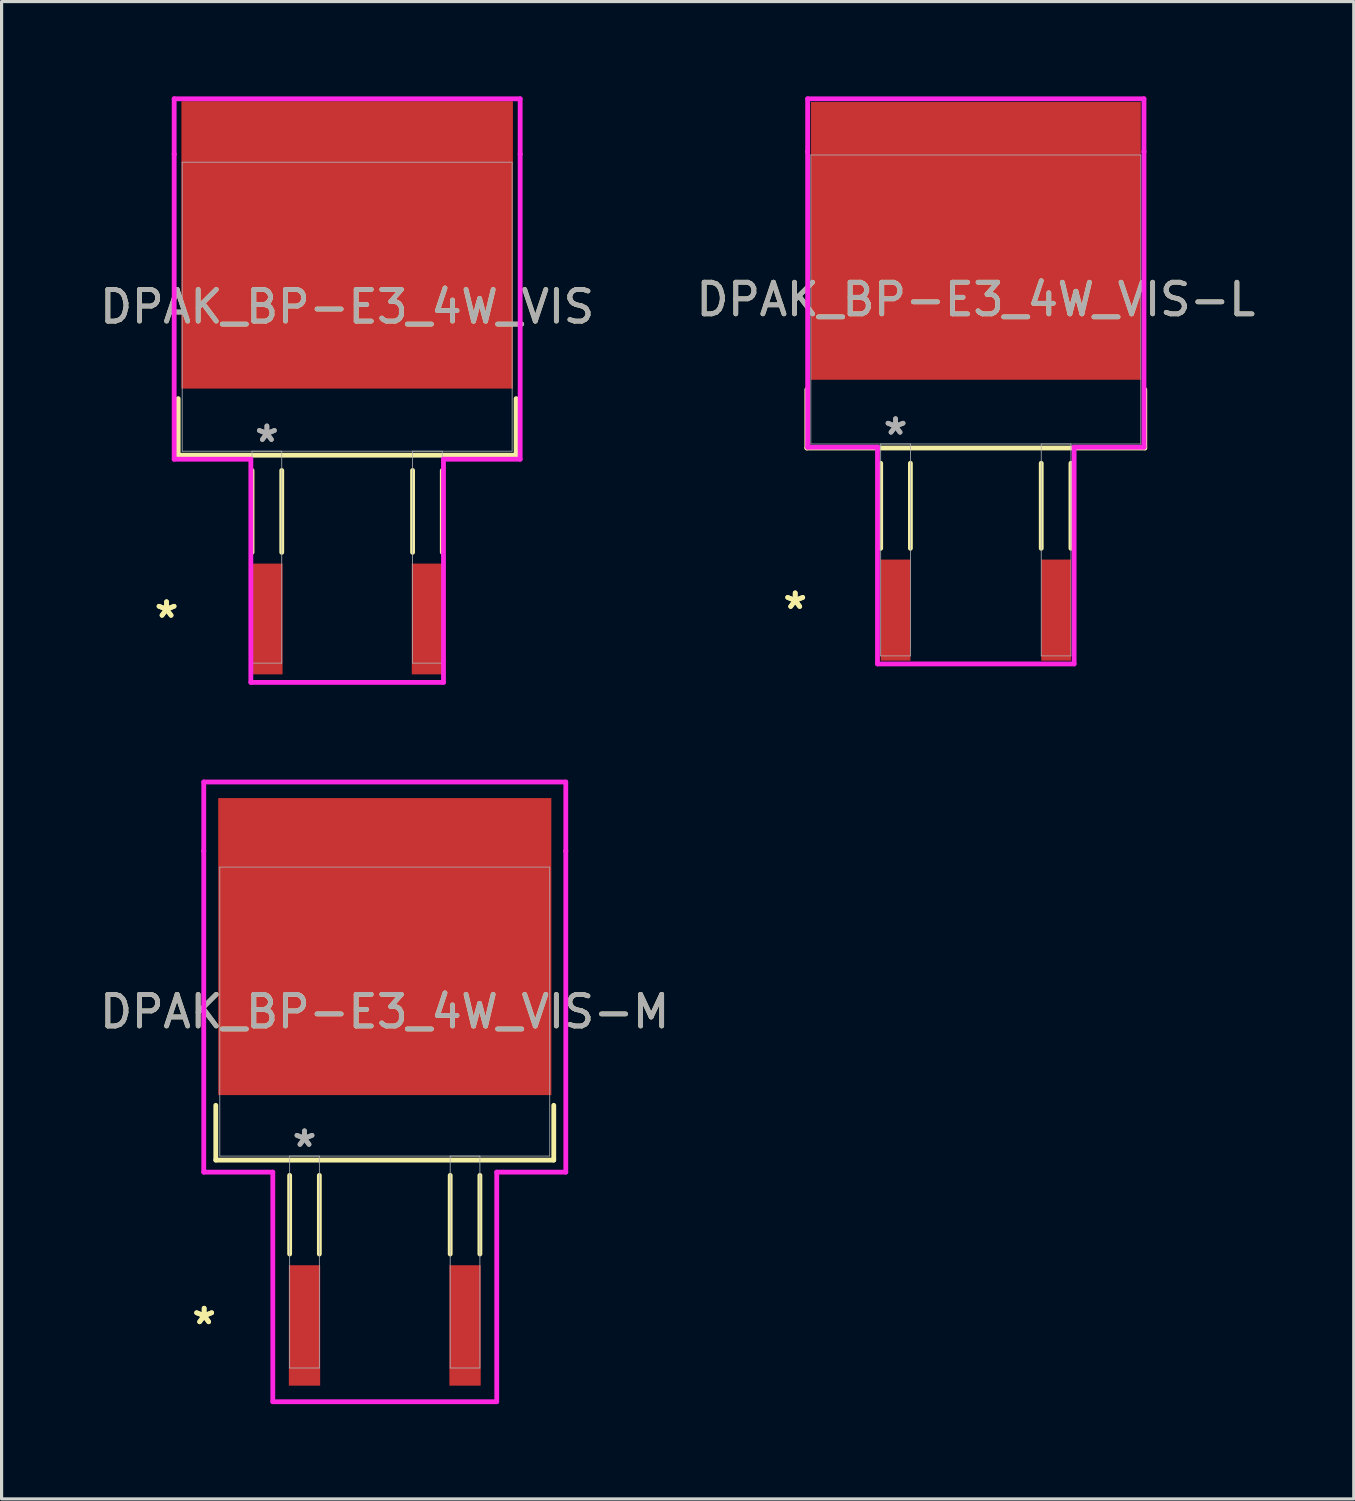
<source format=kicad_pcb>
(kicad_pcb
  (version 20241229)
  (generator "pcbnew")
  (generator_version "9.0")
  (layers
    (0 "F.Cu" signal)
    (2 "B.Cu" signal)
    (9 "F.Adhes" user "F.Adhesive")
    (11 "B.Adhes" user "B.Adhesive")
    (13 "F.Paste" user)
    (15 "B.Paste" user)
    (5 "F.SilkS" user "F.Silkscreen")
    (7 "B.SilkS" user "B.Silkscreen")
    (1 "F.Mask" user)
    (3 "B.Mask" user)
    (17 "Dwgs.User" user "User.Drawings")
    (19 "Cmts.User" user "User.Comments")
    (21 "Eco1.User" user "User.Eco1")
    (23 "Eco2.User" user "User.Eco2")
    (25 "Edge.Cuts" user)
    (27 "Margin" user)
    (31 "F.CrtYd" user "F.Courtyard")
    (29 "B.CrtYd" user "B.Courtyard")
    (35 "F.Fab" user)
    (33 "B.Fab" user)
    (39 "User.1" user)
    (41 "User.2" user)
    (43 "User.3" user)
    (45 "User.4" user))
  (footprint "DPAK_BP-E3_4W_VIS-M"
    (layer "F.Cu")
    (at 9.125 28.959)
    (property "Reference" "DPAK_BP-E3_4W_VIS-M" (at 0 0 0) (unlocked yes) (layer "F.SilkS") (effects (font (size 1 1) (thickness 0.15))))
    (attr smd)
    (fp_line (start -5.347 2.965) (end -5.347 4.699) (stroke (width 0.152) (type solid)) (layer "F.SilkS"))
    (fp_line (start -5.347 4.699) (end 5.347 4.699) (stroke (width 0.152) (type solid)) (layer "F.SilkS"))
    (fp_line (start -3.01 5.182) (end -3.01 7.671) (stroke (width 0.152) (type solid)) (layer "F.SilkS"))
    (fp_line (start -2.07 5.182) (end -2.07 7.671) (stroke (width 0.152) (type solid)) (layer "F.SilkS"))
    (fp_line (start 2.07 5.182) (end 2.07 7.671) (stroke (width 0.152) (type solid)) (layer "F.SilkS"))
    (fp_line (start 3.01 5.182) (end 3.01 7.671) (stroke (width 0.152) (type solid)) (layer "F.SilkS"))
    (fp_line (start 5.347 4.699) (end 5.347 2.965) (stroke (width 0.152) (type solid)) (layer "F.SilkS"))
    (fp_line (start -5.728 -7.264) (end 5.728 -7.264) (stroke (width 0.152) (type solid)) (layer "F.CrtYd"))
    (fp_line (start -5.728 -5.08) (end -5.728 -7.264) (stroke (width 0.152) (type solid)) (layer "F.CrtYd"))
    (fp_line (start -5.728 -5.08) (end -5.728 -5.08) (stroke (width 0.152) (type solid)) (layer "F.CrtYd"))
    (fp_line (start -5.728 5.08) (end -5.728 -5.08) (stroke (width 0.152) (type solid)) (layer "F.CrtYd"))
    (fp_line (start -3.543 5.08) (end -5.728 5.08) (stroke (width 0.152) (type solid)) (layer "F.CrtYd"))
    (fp_line (start -3.543 12.344) (end -3.543 5.08) (stroke (width 0.152) (type solid)) (layer "F.CrtYd"))
    (fp_line (start 3.543 5.08) (end 3.543 12.344) (stroke (width 0.152) (type solid)) (layer "F.CrtYd"))
    (fp_line (start 3.543 12.344) (end -3.543 12.344) (stroke (width 0.152) (type solid)) (layer "F.CrtYd"))
    (fp_line (start 5.728 -7.264) (end 5.728 -5.08) (stroke (width 0.152) (type solid)) (layer "F.CrtYd"))
    (fp_line (start 5.728 -5.08) (end 5.728 -5.08) (stroke (width 0.152) (type solid)) (layer "F.CrtYd"))
    (fp_line (start 5.728 -5.08) (end 5.728 5.08) (stroke (width 0.152) (type solid)) (layer "F.CrtYd"))
    (fp_line (start 5.728 5.08) (end 3.543 5.08) (stroke (width 0.152) (type solid)) (layer "F.CrtYd"))
    (fp_line (start -5.22 -4.572) (end -5.22 4.572) (stroke (width 0.025) (type solid)) (layer "F.Fab"))
    (fp_line (start -5.22 4.572) (end 5.22 4.572) (stroke (width 0.025) (type solid)) (layer "F.Fab"))
    (fp_line (start -3.01 4.572) (end -3.01 11.278) (stroke (width 0.025) (type solid)) (layer "F.Fab"))
    (fp_line (start -3.01 11.278) (end -2.07 11.278) (stroke (width 0.025) (type solid)) (layer "F.Fab"))
    (fp_line (start -2.07 4.572) (end -3.01 4.572) (stroke (width 0.025) (type solid)) (layer "F.Fab"))
    (fp_line (start -2.07 11.278) (end -2.07 4.572) (stroke (width 0.025) (type solid)) (layer "F.Fab"))
    (fp_line (start 2.07 4.572) (end 2.07 11.278) (stroke (width 0.025) (type solid)) (layer "F.Fab"))
    (fp_line (start 2.07 11.278) (end 3.01 11.278) (stroke (width 0.025) (type solid)) (layer "F.Fab"))
    (fp_line (start 3.01 4.572) (end 2.07 4.572) (stroke (width 0.025) (type solid)) (layer "F.Fab"))
    (fp_line (start 3.01 11.278) (end 3.01 4.572) (stroke (width 0.025) (type solid)) (layer "F.Fab"))
    (fp_line (start 5.22 -4.572) (end -5.22 -4.572) (stroke (width 0.025) (type solid)) (layer "F.Fab"))
    (fp_line (start 5.22 4.572) (end 5.22 -4.572) (stroke (width 0.025) (type solid)) (layer "F.Fab"))
    (fp_text user "*" (at -5.715 9.931 0) (unlocked yes) (layer "F.SilkS") (effects (font (size 1 1) (thickness 0.15))))
    (fp_text user "*" (at -5.715 9.931 0) (layer "F.SilkS") (effects (font (size 1 1) (thickness 0.15))))
    (fp_text user "*" (at -2.54 4.318 0) (layer "F.Fab") (effects (font (size 1 1) (thickness 0.15))))
    (fp_text user "*" (at -2.54 4.318 0) (unlocked yes) (layer "F.Fab") (effects (font (size 1 1) (thickness 0.15))))
    (fp_text user "${REFERENCE}" (at 0 0 0) (unlocked yes) (layer "F.Fab") (effects (font (size 1 1) (thickness 0.15))))
    (pad "1" smd rect (at -2.54 9.931) (size 0.991 3.81) (layers "F.Cu" "F.Mask" "F.Paste"))
    (pad "2" smd rect (at 2.54 9.931) (size 0.991 3.81) (layers "F.Cu" "F.Mask" "F.Paste"))
    (pad "3" smd rect (at 0 -2.057) (size 10.541 9.398) (layers "F.Cu" "F.Mask" "F.Paste")))
  (footprint "DPAK_BP-E3_4W_VIS-L"
    (layer "F.Cu")
    (at 27.827 6.426)
    (property "Reference" "DPAK_BP-E3_4W_VIS-L" (at 0 0 0) (unlocked yes) (layer "F.SilkS") (effects (font (size 1 1) (thickness 0.15))))
    (attr smd)
    (fp_line (start -5.347 2.848) (end -5.347 4.699) (stroke (width 0.152) (type solid)) (layer "F.SilkS"))
    (fp_line (start -5.347 4.699) (end 5.347 4.699) (stroke (width 0.152) (type solid)) (layer "F.SilkS"))
    (fp_line (start -3.01 5.182) (end -3.01 7.874) (stroke (width 0.152) (type solid)) (layer "F.SilkS"))
    (fp_line (start -2.07 5.182) (end -2.07 7.874) (stroke (width 0.152) (type solid)) (layer "F.SilkS"))
    (fp_line (start 2.07 5.182) (end 2.07 7.874) (stroke (width 0.152) (type solid)) (layer "F.SilkS"))
    (fp_line (start 3.01 5.182) (end 3.01 7.874) (stroke (width 0.152) (type solid)) (layer "F.SilkS"))
    (fp_line (start 5.347 4.699) (end 5.347 2.848) (stroke (width 0.152) (type solid)) (layer "F.SilkS"))
    (fp_line (start -5.321 -6.35) (end 5.321 -6.35) (stroke (width 0.152) (type solid)) (layer "F.CrtYd"))
    (fp_line (start -5.321 -4.674) (end -5.321 -6.35) (stroke (width 0.152) (type solid)) (layer "F.CrtYd"))
    (fp_line (start -5.321 -4.674) (end -5.321 -4.674) (stroke (width 0.152) (type solid)) (layer "F.CrtYd"))
    (fp_line (start -5.321 4.674) (end -5.321 -4.674) (stroke (width 0.152) (type solid)) (layer "F.CrtYd"))
    (fp_line (start -3.111 4.674) (end -5.321 4.674) (stroke (width 0.152) (type solid)) (layer "F.CrtYd"))
    (fp_line (start -3.111 11.532) (end -3.111 4.674) (stroke (width 0.152) (type solid)) (layer "F.CrtYd"))
    (fp_line (start 3.111 4.674) (end 3.111 11.532) (stroke (width 0.152) (type solid)) (layer "F.CrtYd"))
    (fp_line (start 3.111 11.532) (end -3.111 11.532) (stroke (width 0.152) (type solid)) (layer "F.CrtYd"))
    (fp_line (start 5.321 -6.35) (end 5.321 -4.674) (stroke (width 0.152) (type solid)) (layer "F.CrtYd"))
    (fp_line (start 5.321 -4.674) (end 5.321 -4.674) (stroke (width 0.152) (type solid)) (layer "F.CrtYd"))
    (fp_line (start 5.321 -4.674) (end 5.321 4.674) (stroke (width 0.152) (type solid)) (layer "F.CrtYd"))
    (fp_line (start 5.321 4.674) (end 3.111 4.674) (stroke (width 0.152) (type solid)) (layer "F.CrtYd"))
    (fp_line (start -5.22 -4.572) (end -5.22 4.572) (stroke (width 0.025) (type solid)) (layer "F.Fab"))
    (fp_line (start -5.22 4.572) (end 5.22 4.572) (stroke (width 0.025) (type solid)) (layer "F.Fab"))
    (fp_line (start -3.01 4.572) (end -3.01 11.278) (stroke (width 0.025) (type solid)) (layer "F.Fab"))
    (fp_line (start -3.01 11.278) (end -2.07 11.278) (stroke (width 0.025) (type solid)) (layer "F.Fab"))
    (fp_line (start -2.07 4.572) (end -3.01 4.572) (stroke (width 0.025) (type solid)) (layer "F.Fab"))
    (fp_line (start -2.07 11.278) (end -2.07 4.572) (stroke (width 0.025) (type solid)) (layer "F.Fab"))
    (fp_line (start 2.07 4.572) (end 2.07 11.278) (stroke (width 0.025) (type solid)) (layer "F.Fab"))
    (fp_line (start 2.07 11.278) (end 3.01 11.278) (stroke (width 0.025) (type solid)) (layer "F.Fab"))
    (fp_line (start 3.01 4.572) (end 2.07 4.572) (stroke (width 0.025) (type solid)) (layer "F.Fab"))
    (fp_line (start 3.01 11.278) (end 3.01 4.572) (stroke (width 0.025) (type solid)) (layer "F.Fab"))
    (fp_line (start 5.22 -4.572) (end -5.22 -4.572) (stroke (width 0.025) (type solid)) (layer "F.Fab"))
    (fp_line (start 5.22 4.572) (end 5.22 -4.572) (stroke (width 0.025) (type solid)) (layer "F.Fab"))
    (fp_text user "*" (at -5.715 9.83 0) (layer "F.SilkS") (effects (font (size 1 1) (thickness 0.15))))
    (fp_text user "*" (at -5.715 9.83 0) (unlocked yes) (layer "F.SilkS") (effects (font (size 1 1) (thickness 0.15))))
    (fp_text user "${REFERENCE}" (at 0 0 0) (unlocked yes) (layer "F.Fab") (effects (font (size 1 1) (thickness 0.15))))
    (fp_text user "*" (at -2.54 4.318 0) (unlocked yes) (layer "F.Fab") (effects (font (size 1 1) (thickness 0.15))))
    (fp_text user "*" (at -2.54 4.318 0) (layer "F.Fab") (effects (font (size 1 1) (thickness 0.15))))
    (pad "1" smd rect (at -2.54 9.83) (size 0.94 3.2) (layers "F.Cu" "F.Mask" "F.Paste"))
    (pad "2" smd rect (at 2.54 9.83) (size 0.94 3.2) (layers "F.Cu" "F.Mask" "F.Paste"))
    (pad "3" smd rect (at 0 -1.854) (size 10.439 8.788) (layers "F.Cu" "F.Mask" "F.Paste")))
  (footprint "DPAK_BP-E3_4W_VIS"
    (layer "F.Cu")
    (at 7.935 6.655)
    (property "Reference" "DPAK_BP-E3_4W_VIS" (at 0 0 0) (unlocked yes) (layer "F.SilkS") (effects (font (size 1 1) (thickness 0.15))))
    (attr smd)
    (fp_line (start -5.347 2.908) (end -5.347 4.699) (stroke (width 0.152) (type solid)) (layer "F.SilkS"))
    (fp_line (start -5.347 4.699) (end 5.347 4.699) (stroke (width 0.152) (type solid)) (layer "F.SilkS"))
    (fp_line (start -3.01 5.182) (end -3.01 7.772) (stroke (width 0.152) (type solid)) (layer "F.SilkS"))
    (fp_line (start -2.07 5.182) (end -2.07 7.772) (stroke (width 0.152) (type solid)) (layer "F.SilkS"))
    (fp_line (start 2.07 5.182) (end 2.07 7.772) (stroke (width 0.152) (type solid)) (layer "F.SilkS"))
    (fp_line (start 3.01 5.182) (end 3.01 7.772) (stroke (width 0.152) (type solid)) (layer "F.SilkS"))
    (fp_line (start 5.347 4.699) (end 5.347 2.908) (stroke (width 0.152) (type solid)) (layer "F.SilkS"))
    (fp_line (start -5.474 -6.579) (end 5.474 -6.579) (stroke (width 0.152) (type solid)) (layer "F.CrtYd"))
    (fp_line (start -5.474 -4.826) (end -5.474 -6.579) (stroke (width 0.152) (type solid)) (layer "F.CrtYd"))
    (fp_line (start -5.474 -4.826) (end -5.474 -4.826) (stroke (width 0.152) (type solid)) (layer "F.CrtYd"))
    (fp_line (start -5.474 4.826) (end -5.474 -4.826) (stroke (width 0.152) (type solid)) (layer "F.CrtYd"))
    (fp_line (start -3.048 4.826) (end -5.474 4.826) (stroke (width 0.152) (type solid)) (layer "F.CrtYd"))
    (fp_line (start -3.048 11.887) (end -3.048 4.826) (stroke (width 0.152) (type solid)) (layer "F.CrtYd"))
    (fp_line (start 3.048 4.826) (end 3.048 11.887) (stroke (width 0.152) (type solid)) (layer "F.CrtYd"))
    (fp_line (start 3.048 11.887) (end -3.048 11.887) (stroke (width 0.152) (type solid)) (layer "F.CrtYd"))
    (fp_line (start 5.474 -6.579) (end 5.474 -4.826) (stroke (width 0.152) (type solid)) (layer "F.CrtYd"))
    (fp_line (start 5.474 -4.826) (end 5.474 -4.826) (stroke (width 0.152) (type solid)) (layer "F.CrtYd"))
    (fp_line (start 5.474 -4.826) (end 5.474 4.826) (stroke (width 0.152) (type solid)) (layer "F.CrtYd"))
    (fp_line (start 5.474 4.826) (end 3.048 4.826) (stroke (width 0.152) (type solid)) (layer "F.CrtYd"))
    (fp_line (start -5.22 -4.572) (end -5.22 4.572) (stroke (width 0.025) (type solid)) (layer "F.Fab"))
    (fp_line (start -5.22 4.572) (end 5.22 4.572) (stroke (width 0.025) (type solid)) (layer "F.Fab"))
    (fp_line (start -3.01 4.572) (end -3.01 11.278) (stroke (width 0.025) (type solid)) (layer "F.Fab"))
    (fp_line (start -3.01 11.278) (end -2.07 11.278) (stroke (width 0.025) (type solid)) (layer "F.Fab"))
    (fp_line (start -2.07 4.572) (end -3.01 4.572) (stroke (width 0.025) (type solid)) (layer "F.Fab"))
    (fp_line (start -2.07 11.278) (end -2.07 4.572) (stroke (width 0.025) (type solid)) (layer "F.Fab"))
    (fp_line (start 2.07 4.572) (end 2.07 11.278) (stroke (width 0.025) (type solid)) (layer "F.Fab"))
    (fp_line (start 2.07 11.278) (end 3.01 11.278) (stroke (width 0.025) (type solid)) (layer "F.Fab"))
    (fp_line (start 3.01 4.572) (end 2.07 4.572) (stroke (width 0.025) (type solid)) (layer "F.Fab"))
    (fp_line (start 3.01 11.278) (end 3.01 4.572) (stroke (width 0.025) (type solid)) (layer "F.Fab"))
    (fp_line (start 5.22 -4.572) (end -5.22 -4.572) (stroke (width 0.025) (type solid)) (layer "F.Fab"))
    (fp_line (start 5.22 4.572) (end 5.22 -4.572) (stroke (width 0.025) (type solid)) (layer "F.Fab"))
    (fp_text user "*" (at -5.715 9.881 0) (layer "F.SilkS") (effects (font (size 1 1) (thickness 0.15))))
    (fp_text user "*" (at -5.715 9.881 0) (unlocked yes) (layer "F.SilkS") (effects (font (size 1 1) (thickness 0.15))))
    (fp_text user "${REFERENCE}" (at 0 0 0) (unlocked yes) (layer "F.Fab") (effects (font (size 1 1) (thickness 0.15))))
    (fp_text user "*" (at -2.54 4.318 0) (layer "F.Fab") (effects (font (size 1 1) (thickness 0.15))))
    (fp_text user "*" (at -2.54 4.318 0) (unlocked yes) (layer "F.Fab") (effects (font (size 1 1) (thickness 0.15))))
    (pad "1" smd rect (at -2.54 9.881) (size 0.991 3.505) (layers "F.Cu" "F.Mask" "F.Paste"))
    (pad "2" smd rect (at 2.54 9.881) (size 0.991 3.505) (layers "F.Cu" "F.Mask" "F.Paste"))
    (pad "3" smd rect (at 0 -1.956) (size 10.49 9.093) (layers "F.Cu" "F.Mask" "F.Paste")))
  (gr_rect
    (start -3 -3)
    (end 39.786 44.379)
    (stroke (width 0.1) (type default))
    (fill no)
    (layer "Edge.Cuts")))
</source>
